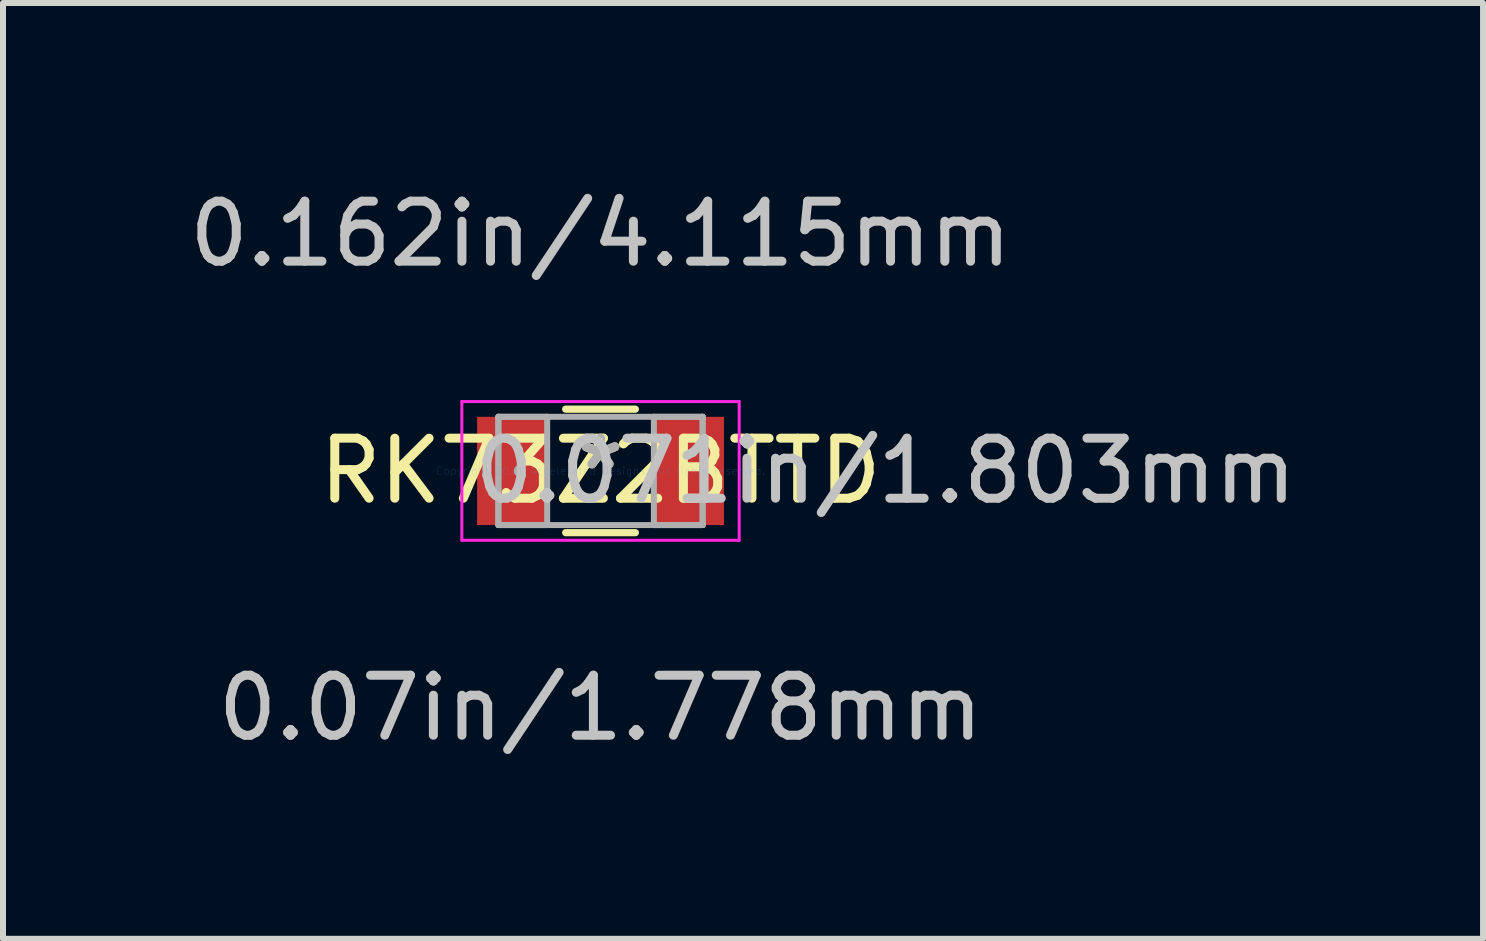
<source format=kicad_pcb>
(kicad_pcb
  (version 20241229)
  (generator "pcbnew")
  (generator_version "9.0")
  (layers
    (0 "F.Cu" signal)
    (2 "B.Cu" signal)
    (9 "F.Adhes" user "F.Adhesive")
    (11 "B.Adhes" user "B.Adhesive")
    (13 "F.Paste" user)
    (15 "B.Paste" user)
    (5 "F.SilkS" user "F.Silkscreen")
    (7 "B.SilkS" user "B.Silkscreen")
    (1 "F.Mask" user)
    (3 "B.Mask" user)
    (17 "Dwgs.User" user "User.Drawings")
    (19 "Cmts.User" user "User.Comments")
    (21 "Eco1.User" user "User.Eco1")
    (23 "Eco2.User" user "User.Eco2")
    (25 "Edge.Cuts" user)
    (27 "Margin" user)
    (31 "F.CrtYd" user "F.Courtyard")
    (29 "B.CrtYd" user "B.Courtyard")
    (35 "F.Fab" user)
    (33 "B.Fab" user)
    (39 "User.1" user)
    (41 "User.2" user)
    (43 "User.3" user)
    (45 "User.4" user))
  (footprint "RK73Z2BTTD"
    (layer "F.Cu")
    (at 6.958 4.798)
    (property "Reference" "RK73Z2BTTD" (at 0 0 0) (layer "F.SilkS") (effects (font (size 1 1) (thickness 0.15))))
    (attr through_hole)
    (fp_line (start -0.581 1.029) (end 0.581 1.029) (stroke (width 0.12) (type solid)) (layer "F.SilkS"))
    (fp_line (start 0.581 -1.029) (end -0.581 -1.029) (stroke (width 0.12) (type solid)) (layer "F.SilkS"))
    (fp_line (start -2.311 -1.156) (end 2.311 -1.156) (stroke (width 0.05) (type solid)) (layer "F.CrtYd"))
    (fp_line (start -2.311 1.156) (end -2.311 -1.156) (stroke (width 0.05) (type solid)) (layer "F.CrtYd"))
    (fp_line (start 2.311 -1.156) (end 2.311 1.156) (stroke (width 0.05) (type solid)) (layer "F.CrtYd"))
    (fp_line (start 2.311 1.156) (end -2.311 1.156) (stroke (width 0.05) (type solid)) (layer "F.CrtYd"))
    (fp_circle (center -1.346 0) (end -1.346 0) (stroke (width 0.05) (type solid)) (fill no) (layer "F.CrtYd"))
    (fp_line (start -1.702 -0.902) (end -1.702 0.902) (stroke (width 0.1) (type solid)) (layer "F.Fab"))
    (fp_line (start -1.702 -0.902) (end -1.702 0.902) (stroke (width 0.1) (type solid)) (layer "F.Fab"))
    (fp_line (start -1.702 0.902) (end -0.889 0.902) (stroke (width 0.1) (type solid)) (layer "F.Fab"))
    (fp_line (start -1.702 0.902) (end 1.702 0.902) (stroke (width 0.1) (type solid)) (layer "F.Fab"))
    (fp_line (start -0.889 -0.902) (end -1.702 -0.902) (stroke (width 0.1) (type solid)) (layer "F.Fab"))
    (fp_line (start -0.889 0.902) (end -0.889 -0.902) (stroke (width 0.1) (type solid)) (layer "F.Fab"))
    (fp_line (start 0.889 -0.902) (end 0.889 0.902) (stroke (width 0.1) (type solid)) (layer "F.Fab"))
    (fp_line (start 0.889 0.902) (end 1.702 0.902) (stroke (width 0.1) (type solid)) (layer "F.Fab"))
    (fp_line (start 1.702 -0.902) (end -1.702 -0.902) (stroke (width 0.1) (type solid)) (layer "F.Fab"))
    (fp_line (start 1.702 -0.902) (end 0.889 -0.902) (stroke (width 0.1) (type solid)) (layer "F.Fab"))
    (fp_line (start 1.702 0.902) (end 1.702 -0.902) (stroke (width 0.1) (type solid)) (layer "F.Fab"))
    (fp_line (start 1.702 0.902) (end 1.702 -0.902) (stroke (width 0.1) (type solid)) (layer "F.Fab"))
    (fp_circle (center -1.346 0) (end -1.346 0) (stroke (width 0.1) (type solid)) (fill no) (layer "F.Fab"))
    (fp_text user "*" (at 0 0 0) (layer "F.SilkS") (effects (font (size 1 1) (thickness 0.15))))
    (fp_text user "0.162in/4.115mm" (at 0 -3.95 0) (layer "Dwgs.User") (effects (font (size 1 1) (thickness 0.15))))
    (fp_text user "0.071in/1.803mm" (at 4.75 0 0) (layer "Dwgs.User") (effects (font (size 1 1) (thickness 0.15))))
    (fp_text user "0.07in/1.778mm" (at 0 3.95 0) (layer "Dwgs.User") (effects (font (size 1 1) (thickness 0.15))))
    (fp_text user "Copyright 2021 Accelerated Designs. All rights reserved." (at 0 0 0) (layer "Cmts.User") (effects (font (size 0.127 0.127) (thickness 0.002))))
    (fp_text user "*" (at 0 0 0) (layer "F.Fab") (effects (font (size 1 1) (thickness 0.15))))
    (pad "1" smd rect (at -1.473 0) (size 1.168 1.803) (layers "F.Cu" "F.Mask" "F.Paste"))
    (pad "2" smd rect (at 1.473 0) (size 1.168 1.803) (layers "F.Cu" "F.Mask" "F.Paste")))
  (gr_rect
    (start -3 -3)
    (end 21.666 12.596)
    (stroke (width 0.1) (type default))
    (fill no)
    (layer "Edge.Cuts")))
</source>
